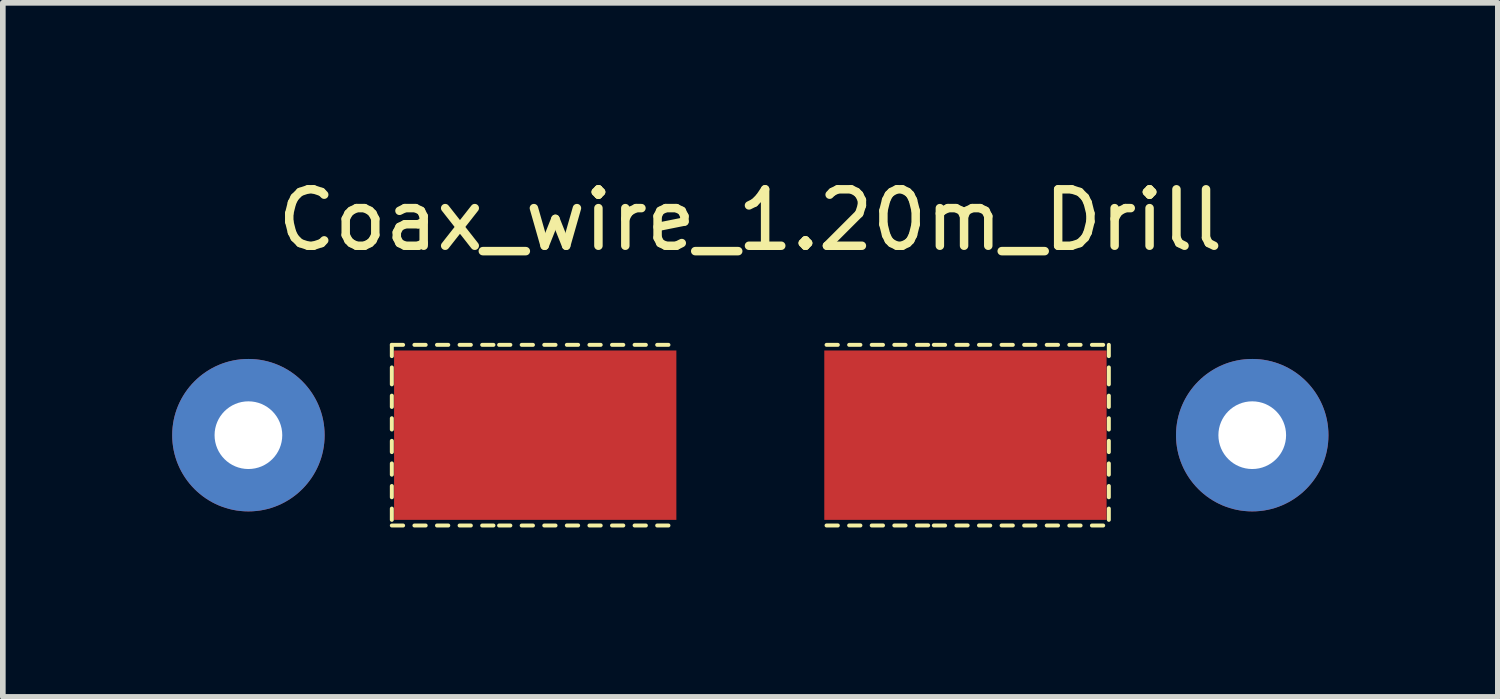
<source format=kicad_pcb>
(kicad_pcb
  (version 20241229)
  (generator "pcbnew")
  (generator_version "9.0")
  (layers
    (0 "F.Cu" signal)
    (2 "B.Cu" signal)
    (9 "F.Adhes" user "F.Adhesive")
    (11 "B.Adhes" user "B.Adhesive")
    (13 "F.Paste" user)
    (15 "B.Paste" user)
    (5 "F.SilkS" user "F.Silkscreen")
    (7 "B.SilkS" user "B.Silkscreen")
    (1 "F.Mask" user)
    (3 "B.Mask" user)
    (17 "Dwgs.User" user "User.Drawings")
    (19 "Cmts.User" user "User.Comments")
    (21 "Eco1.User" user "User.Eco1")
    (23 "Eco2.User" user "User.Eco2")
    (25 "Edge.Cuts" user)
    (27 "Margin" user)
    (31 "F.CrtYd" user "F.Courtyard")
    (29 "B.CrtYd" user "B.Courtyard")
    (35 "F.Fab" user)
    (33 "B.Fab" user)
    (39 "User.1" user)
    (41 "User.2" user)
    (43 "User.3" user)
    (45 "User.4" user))
  (footprint "Coax_wire_1.20m_Drill"
    (layer "F.Cu")
    (at 3.89 4.658)
    (property "Reference" "Coax_wire_1.20m_Drill" (at 6.35 -3.81 0) (layer "F.SilkS") (effects (font (size 1 1) (thickness 0.15))))
    (attr through_hole)
    (fp_line (start 0 -1.6) (end 0.2 -1.6) (stroke (width 0.07) (type solid)) (layer "F.SilkS"))
    (fp_line (start 0 -1.4) (end 0 -1.6) (stroke (width 0.07) (type solid)) (layer "F.SilkS"))
    (fp_line (start 0 -1.2) (end 0 -0.9) (stroke (width 0.07) (type solid)) (layer "F.SilkS"))
    (fp_line (start 0 -0.7) (end 0 -0.5) (stroke (width 0.07) (type solid)) (layer "F.SilkS"))
    (fp_line (start 0 -0.3) (end 0 -0.1) (stroke (width 0.07) (type solid)) (layer "F.SilkS"))
    (fp_line (start 0 0.1) (end 0 0.3) (stroke (width 0.07) (type solid)) (layer "F.SilkS"))
    (fp_line (start 0 0.5) (end 0 0.7) (stroke (width 0.07) (type solid)) (layer "F.SilkS"))
    (fp_line (start 0 0.9) (end 0 1.1) (stroke (width 0.07) (type solid)) (layer "F.SilkS"))
    (fp_line (start 0 1.3) (end 0 1.5) (stroke (width 0.07) (type solid)) (layer "F.SilkS"))
    (fp_line (start 0 1.6) (end 0.2 1.6) (stroke (width 0.07) (type solid)) (layer "F.SilkS"))
    (fp_line (start 0.4 -1.6) (end 0.6 -1.6) (stroke (width 0.07) (type solid)) (layer "F.SilkS"))
    (fp_line (start 0.4 1.6) (end 0.6 1.6) (stroke (width 0.07) (type solid)) (layer "F.SilkS"))
    (fp_line (start 0.8 -1.6) (end 1 -1.6) (stroke (width 0.07) (type solid)) (layer "F.SilkS"))
    (fp_line (start 0.8 1.6) (end 1 1.6) (stroke (width 0.07) (type solid)) (layer "F.SilkS"))
    (fp_line (start 1.2 -1.6) (end 1.4 -1.6) (stroke (width 0.07) (type solid)) (layer "F.SilkS"))
    (fp_line (start 1.2 1.6) (end 1.4 1.6) (stroke (width 0.07) (type solid)) (layer "F.SilkS"))
    (fp_line (start 1.6 -1.6) (end 1.8 -1.6) (stroke (width 0.07) (type solid)) (layer "F.SilkS"))
    (fp_line (start 1.6 1.6) (end 1.8 1.6) (stroke (width 0.07) (type solid)) (layer "F.SilkS"))
    (fp_line (start 1.9 -1.6) (end 2.1 -1.6) (stroke (width 0.07) (type solid)) (layer "F.SilkS"))
    (fp_line (start 1.9 1.6) (end 2.1 1.6) (stroke (width 0.07) (type solid)) (layer "F.SilkS"))
    (fp_line (start 2.3 -1.6) (end 2.5 -1.6) (stroke (width 0.07) (type solid)) (layer "F.SilkS"))
    (fp_line (start 2.3 1.6) (end 2.5 1.6) (stroke (width 0.07) (type solid)) (layer "F.SilkS"))
    (fp_line (start 2.7 -1.6) (end 2.9 -1.6) (stroke (width 0.07) (type solid)) (layer "F.SilkS"))
    (fp_line (start 2.7 1.6) (end 2.9 1.6) (stroke (width 0.07) (type solid)) (layer "F.SilkS"))
    (fp_line (start 3.1 -1.6) (end 3.3 -1.6) (stroke (width 0.07) (type solid)) (layer "F.SilkS"))
    (fp_line (start 3.1 1.6) (end 3.3 1.6) (stroke (width 0.07) (type solid)) (layer "F.SilkS"))
    (fp_line (start 3.5 -1.6) (end 3.7 -1.6) (stroke (width 0.07) (type solid)) (layer "F.SilkS"))
    (fp_line (start 3.5 1.6) (end 3.7 1.6) (stroke (width 0.07) (type solid)) (layer "F.SilkS"))
    (fp_line (start 3.9 -1.6) (end 4.1 -1.6) (stroke (width 0.07) (type solid)) (layer "F.SilkS"))
    (fp_line (start 3.9 1.6) (end 4.1 1.6) (stroke (width 0.07) (type solid)) (layer "F.SilkS"))
    (fp_line (start 4.3 -1.6) (end 4.5 -1.6) (stroke (width 0.07) (type solid)) (layer "F.SilkS"))
    (fp_line (start 4.3 1.6) (end 4.5 1.6) (stroke (width 0.07) (type solid)) (layer "F.SilkS"))
    (fp_line (start 4.7 -1.6) (end 4.9 -1.6) (stroke (width 0.07) (type solid)) (layer "F.SilkS"))
    (fp_line (start 4.7 1.6) (end 4.9 1.6) (stroke (width 0.07) (type solid)) (layer "F.SilkS"))
    (fp_line (start 7.7 -1.6) (end 7.9 -1.6) (stroke (width 0.07) (type solid)) (layer "F.SilkS"))
    (fp_line (start 7.7 1.6) (end 7.9 1.6) (stroke (width 0.07) (type solid)) (layer "F.SilkS"))
    (fp_line (start 8.1 -1.6) (end 8.3 -1.6) (stroke (width 0.07) (type solid)) (layer "F.SilkS"))
    (fp_line (start 8.1 1.6) (end 8.3 1.6) (stroke (width 0.07) (type solid)) (layer "F.SilkS"))
    (fp_line (start 8.5 -1.6) (end 8.7 -1.6) (stroke (width 0.07) (type solid)) (layer "F.SilkS"))
    (fp_line (start 8.5 1.6) (end 8.7 1.6) (stroke (width 0.07) (type solid)) (layer "F.SilkS"))
    (fp_line (start 8.9 -1.6) (end 9.1 -1.6) (stroke (width 0.07) (type solid)) (layer "F.SilkS"))
    (fp_line (start 8.9 1.6) (end 9.1 1.6) (stroke (width 0.07) (type solid)) (layer "F.SilkS"))
    (fp_line (start 9.3 -1.6) (end 9.5 -1.6) (stroke (width 0.07) (type solid)) (layer "F.SilkS"))
    (fp_line (start 9.3 1.6) (end 9.5 1.6) (stroke (width 0.07) (type solid)) (layer "F.SilkS"))
    (fp_line (start 9.6 -1.6) (end 9.8 -1.6) (stroke (width 0.07) (type solid)) (layer "F.SilkS"))
    (fp_line (start 9.6 1.6) (end 9.8 1.6) (stroke (width 0.07) (type solid)) (layer "F.SilkS"))
    (fp_line (start 10 -1.6) (end 10.2 -1.6) (stroke (width 0.07) (type solid)) (layer "F.SilkS"))
    (fp_line (start 10 1.6) (end 10.2 1.6) (stroke (width 0.07) (type solid)) (layer "F.SilkS"))
    (fp_line (start 10.4 -1.6) (end 10.6 -1.6) (stroke (width 0.07) (type solid)) (layer "F.SilkS"))
    (fp_line (start 10.4 1.6) (end 10.6 1.6) (stroke (width 0.07) (type solid)) (layer "F.SilkS"))
    (fp_line (start 10.8 -1.6) (end 11 -1.6) (stroke (width 0.07) (type solid)) (layer "F.SilkS"))
    (fp_line (start 10.8 1.6) (end 11 1.6) (stroke (width 0.07) (type solid)) (layer "F.SilkS"))
    (fp_line (start 11.2 -1.6) (end 11.4 -1.6) (stroke (width 0.07) (type solid)) (layer "F.SilkS"))
    (fp_line (start 11.2 1.6) (end 11.4 1.6) (stroke (width 0.07) (type solid)) (layer "F.SilkS"))
    (fp_line (start 11.6 -1.6) (end 11.8 -1.6) (stroke (width 0.07) (type solid)) (layer "F.SilkS"))
    (fp_line (start 11.6 1.6) (end 11.8 1.6) (stroke (width 0.07) (type solid)) (layer "F.SilkS"))
    (fp_line (start 12 -1.6) (end 12.2 -1.6) (stroke (width 0.07) (type solid)) (layer "F.SilkS"))
    (fp_line (start 12 1.6) (end 12.2 1.6) (stroke (width 0.07) (type solid)) (layer "F.SilkS"))
    (fp_line (start 12.4 -1.6) (end 12.6 -1.6) (stroke (width 0.07) (type solid)) (layer "F.SilkS"))
    (fp_line (start 12.4 1.6) (end 12.6 1.6) (stroke (width 0.07) (type solid)) (layer "F.SilkS"))
    (fp_line (start 12.7 -1.6) (end 12.7 -1.4) (stroke (width 0.07) (type solid)) (layer "F.SilkS"))
    (fp_line (start 12.7 -1.2) (end 12.7 -0.9) (stroke (width 0.07) (type solid)) (layer "F.SilkS"))
    (fp_line (start 12.7 -0.7) (end 12.7 -0.5) (stroke (width 0.07) (type solid)) (layer "F.SilkS"))
    (fp_line (start 12.7 -0.3) (end 12.7 -0.1) (stroke (width 0.07) (type solid)) (layer "F.SilkS"))
    (fp_line (start 12.7 0.1) (end 12.7 0.3) (stroke (width 0.07) (type solid)) (layer "F.SilkS"))
    (fp_line (start 12.7 0.5) (end 12.7 0.7) (stroke (width 0.07) (type solid)) (layer "F.SilkS"))
    (fp_line (start 12.7 0.9) (end 12.7 1.1) (stroke (width 0.07) (type solid)) (layer "F.SilkS"))
    (fp_line (start 12.7 1.3) (end 12.7 1.5) (stroke (width 0.07) (type solid)) (layer "F.SilkS"))
    (pad "1" thru_hole circle (at -2.54 0) (size 2.7 2.7) (drill 1.199) (layers "*.Cu" "*.Mask"))
    (pad "2" thru_hole circle (at 15.24 0) (size 2.7 2.7) (drill 1.199) (layers "*.Cu" "*.Mask"))
    (pad "3" smd rect (at 2.54 0) (size 5 3) (layers "F.Cu" "F.Mask" "F.Paste"))
    (pad "4" smd rect (at 10.16 0) (size 5 3) (layers "F.Cu" "F.Mask" "F.Paste")))
  (gr_rect
    (start -3 -3)
    (end 23.48 9.293)
    (stroke (width 0.1) (type default))
    (fill no)
    (layer "Edge.Cuts")))
</source>
